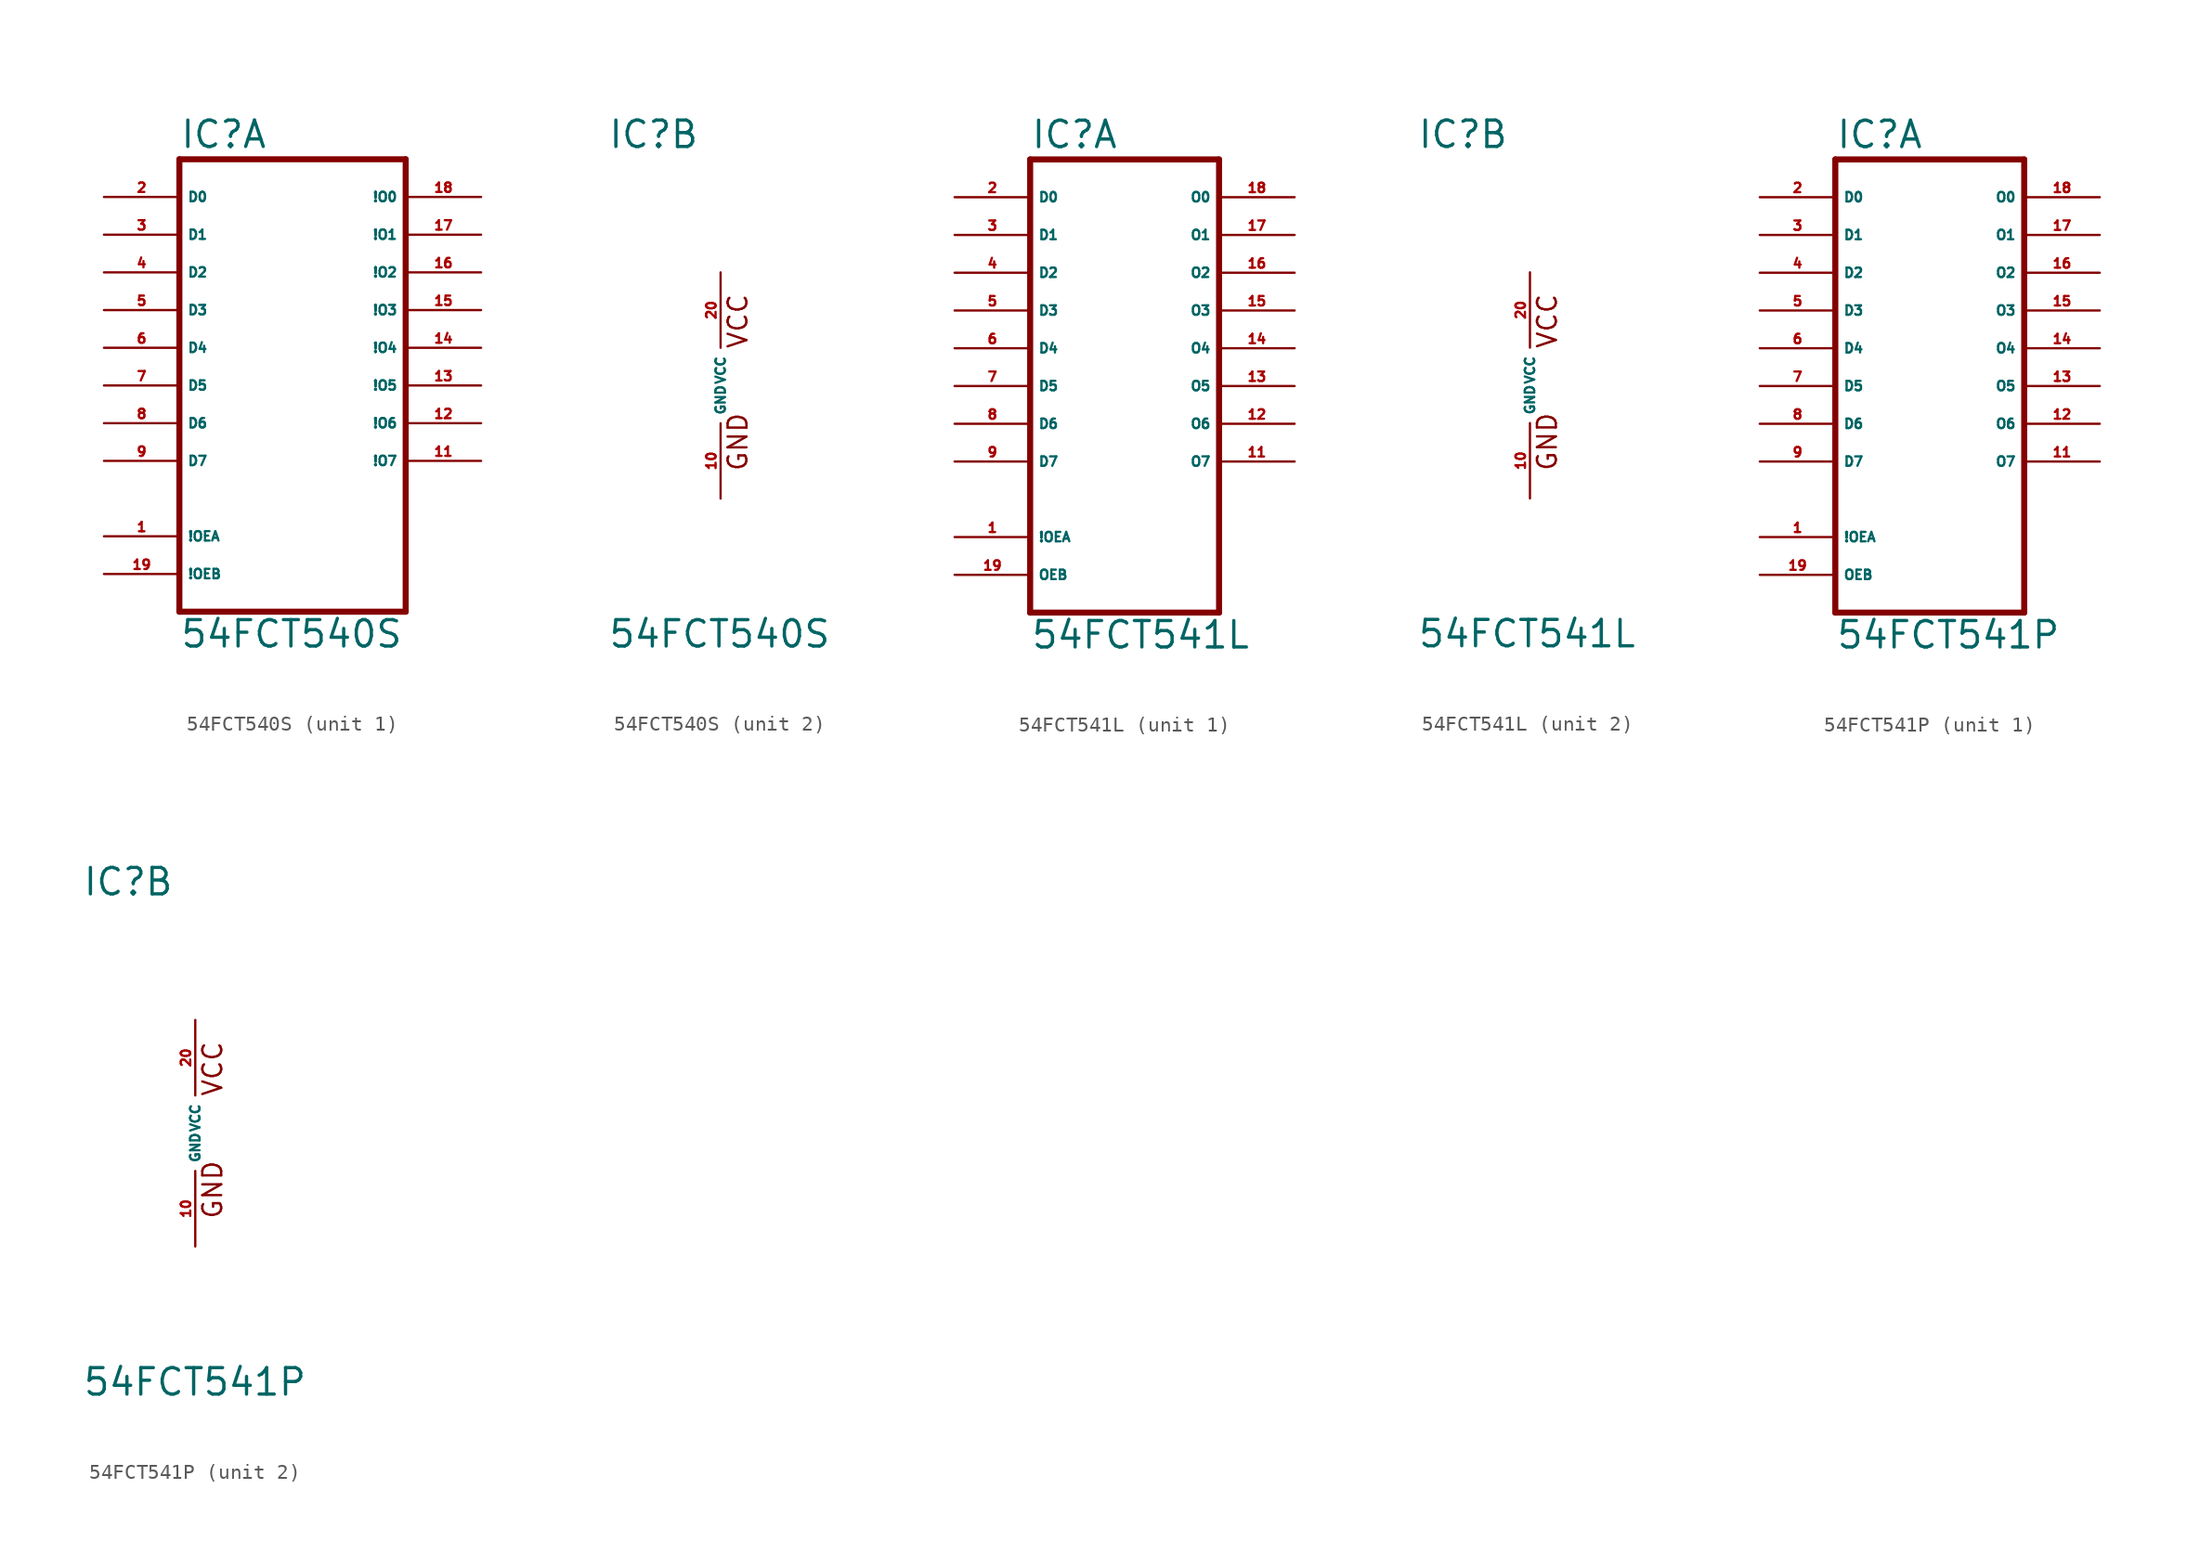
<source format=kicad_sym>
(kicad_symbol_lib
  (version 20220914)
  (generator Eagle2Kicad)
  (symbol "54FCT540S"
    (property "Reference" "IC"
      (at -7.62 15.875 0)
      (effects (font (size 1.778 1.778) (thickness 0.22)) (justify left bottom)))
    (property "Value" "54FCT540S"
      (at -7.62 -17.78 0)
      (effects (font (size 1.778 1.778) (thickness 0.22)) (justify left bottom)))
    (symbol "54FCT540S_1_0"
      (polyline (pts (xy -7.62 -15.24) (xy 7.62 -15.24)) (stroke (width 0.406) (type default)) (fill (type none)))
      (polyline (pts (xy 7.62 -15.24) (xy 7.62 15.24)) (stroke (width 0.406) (type default)) (fill (type none)))
      (polyline (pts (xy 7.62 15.24) (xy -7.62 15.24)) (stroke (width 0.406) (type default)) (fill (type none)))
      (polyline (pts (xy -7.62 15.24) (xy -7.62 -15.24)) (stroke (width 0.406) (type default)) (fill (type none)))
      (pin input line (at -12.7 12.7 0) (length 5.08) (name "D0" (effects (font (size 0.635 0.635) (thickness 0.08)) (justify left bottom))) (number "2" (effects (font (size 0.635 0.635) (thickness 0.08)) (justify left bottom))))
      (pin input line (at -12.7 10.16 0) (length 5.08) (name "D1" (effects (font (size 0.635 0.635) (thickness 0.08)) (justify left bottom))) (number "3" (effects (font (size 0.635 0.635) (thickness 0.08)) (justify left bottom))))
      (pin input line (at -12.7 7.62 0) (length 5.08) (name "D2" (effects (font (size 0.635 0.635) (thickness 0.08)) (justify left bottom))) (number "4" (effects (font (size 0.635 0.635) (thickness 0.08)) (justify left bottom))))
      (pin input line (at -12.7 5.08 0) (length 5.08) (name "D3" (effects (font (size 0.635 0.635) (thickness 0.08)) (justify left bottom))) (number "5" (effects (font (size 0.635 0.635) (thickness 0.08)) (justify left bottom))))
      (pin input line (at -12.7 2.54 0) (length 5.08) (name "D4" (effects (font (size 0.635 0.635) (thickness 0.08)) (justify left bottom))) (number "6" (effects (font (size 0.635 0.635) (thickness 0.08)) (justify left bottom))))
      (pin input line (at -12.7 0 0) (length 5.08) (name "D5" (effects (font (size 0.635 0.635) (thickness 0.08)) (justify left bottom))) (number "7" (effects (font (size 0.635 0.635) (thickness 0.08)) (justify left bottom))))
      (pin input line (at -12.7 -2.54 0) (length 5.08) (name "D6" (effects (font (size 0.635 0.635) (thickness 0.08)) (justify left bottom))) (number "8" (effects (font (size 0.635 0.635) (thickness 0.08)) (justify left bottom))))
      (pin input line (at -12.7 -5.08 0) (length 5.08) (name "D7" (effects (font (size 0.635 0.635) (thickness 0.08)) (justify left bottom))) (number "9" (effects (font (size 0.635 0.635) (thickness 0.08)) (justify left bottom))))
      (pin input line (at -12.7 -10.16 0) (length 5.08) (name "!OEA" (effects (font (size 0.635 0.635) (thickness 0.08)) (justify left bottom))) (number "1" (effects (font (size 0.635 0.635) (thickness 0.08)) (justify left bottom))))
      (pin input line (at -12.7 -12.7 0) (length 5.08) (name "!OEB" (effects (font (size 0.635 0.635) (thickness 0.08)) (justify left bottom))) (number "19" (effects (font (size 0.635 0.635) (thickness 0.08)) (justify left bottom))))
      (pin output line (at 12.7 12.7 180) (length 5.08) (name "!O0" (effects (font (size 0.635 0.635) (thickness 0.08)) (justify left bottom))) (number "18" (effects (font (size 0.635 0.635) (thickness 0.08)) (justify left bottom))))
      (pin output line (at 12.7 10.16 180) (length 5.08) (name "!O1" (effects (font (size 0.635 0.635) (thickness 0.08)) (justify left bottom))) (number "17" (effects (font (size 0.635 0.635) (thickness 0.08)) (justify left bottom))))
      (pin output line (at 12.7 7.62 180) (length 5.08) (name "!O2" (effects (font (size 0.635 0.635) (thickness 0.08)) (justify left bottom))) (number "16" (effects (font (size 0.635 0.635) (thickness 0.08)) (justify left bottom))))
      (pin output line (at 12.7 5.08 180) (length 5.08) (name "!O3" (effects (font (size 0.635 0.635) (thickness 0.08)) (justify left bottom))) (number "15" (effects (font (size 0.635 0.635) (thickness 0.08)) (justify left bottom))))
      (pin output line (at 12.7 2.54 180) (length 5.08) (name "!O4" (effects (font (size 0.635 0.635) (thickness 0.08)) (justify left bottom))) (number "14" (effects (font (size 0.635 0.635) (thickness 0.08)) (justify left bottom))))
      (pin output line (at 12.7 0 180) (length 5.08) (name "!O5" (effects (font (size 0.635 0.635) (thickness 0.08)) (justify left bottom))) (number "13" (effects (font (size 0.635 0.635) (thickness 0.08)) (justify left bottom))))
      (pin output line (at 12.7 -2.54 180) (length 5.08) (name "!O6" (effects (font (size 0.635 0.635) (thickness 0.08)) (justify left bottom))) (number "12" (effects (font (size 0.635 0.635) (thickness 0.08)) (justify left bottom))))
      (pin output line (at 12.7 -5.08 180) (length 5.08) (name "!O7" (effects (font (size 0.635 0.635) (thickness 0.08)) (justify left bottom))) (number "11" (effects (font (size 0.635 0.635) (thickness 0.08)) (justify left bottom)))))
    (symbol "54FCT540S_2_0"
      (text "GND" (at 1.905 -5.842 900) (effects (font (size 1.27 1.27) (thickness 0.16)) (justify left bottom)))
      (text "VCC" (at 1.905 2.413 900) (effects (font (size 1.27 1.27) (thickness 0.16)) (justify left bottom)))
      (pin unspecified line (at 0 7.62 270) (length 5.08) (name "VCC" (effects (font (size 0.635 0.635) (thickness 0.08)) (justify left bottom))) (number "20" (effects (font (size 0.635 0.635) (thickness 0.08)) (justify left bottom))))
      (pin unspecified line (at 0 -7.62 90) (length 5.08) (name "GND" (effects (font (size 0.635 0.635) (thickness 0.08)) (justify left bottom))) (number "10" (effects (font (size 0.635 0.635) (thickness 0.08)) (justify left bottom))))))
  (symbol "54FCT541L"
    (property "Reference" "IC"
      (at -7.62 15.875 0)
      (effects (font (size 1.778 1.778) (thickness 0.22)) (justify left bottom)))
    (property "Value" "54FCT541L"
      (at -7.62 -17.78 0)
      (effects (font (size 1.778 1.778) (thickness 0.22)) (justify left bottom)))
    (symbol "54FCT541L_1_0"
      (polyline (pts (xy -7.62 -15.24) (xy 5.08 -15.24)) (stroke (width 0.406) (type default)) (fill (type none)))
      (polyline (pts (xy 5.08 -15.24) (xy 5.08 15.24)) (stroke (width 0.406) (type default)) (fill (type none)))
      (polyline (pts (xy 5.08 15.24) (xy -7.62 15.24)) (stroke (width 0.406) (type default)) (fill (type none)))
      (polyline (pts (xy -7.62 15.24) (xy -7.62 -15.24)) (stroke (width 0.406) (type default)) (fill (type none)))
      (pin input line (at -12.7 12.7 0) (length 5.08) (name "D0" (effects (font (size 0.635 0.635) (thickness 0.08)) (justify left bottom))) (number "2" (effects (font (size 0.635 0.635) (thickness 0.08)) (justify left bottom))))
      (pin input line (at -12.7 10.16 0) (length 5.08) (name "D1" (effects (font (size 0.635 0.635) (thickness 0.08)) (justify left bottom))) (number "3" (effects (font (size 0.635 0.635) (thickness 0.08)) (justify left bottom))))
      (pin input line (at -12.7 7.62 0) (length 5.08) (name "D2" (effects (font (size 0.635 0.635) (thickness 0.08)) (justify left bottom))) (number "4" (effects (font (size 0.635 0.635) (thickness 0.08)) (justify left bottom))))
      (pin input line (at -12.7 5.08 0) (length 5.08) (name "D3" (effects (font (size 0.635 0.635) (thickness 0.08)) (justify left bottom))) (number "5" (effects (font (size 0.635 0.635) (thickness 0.08)) (justify left bottom))))
      (pin input line (at -12.7 2.54 0) (length 5.08) (name "D4" (effects (font (size 0.635 0.635) (thickness 0.08)) (justify left bottom))) (number "6" (effects (font (size 0.635 0.635) (thickness 0.08)) (justify left bottom))))
      (pin input line (at -12.7 0 0) (length 5.08) (name "D5" (effects (font (size 0.635 0.635) (thickness 0.08)) (justify left bottom))) (number "7" (effects (font (size 0.635 0.635) (thickness 0.08)) (justify left bottom))))
      (pin input line (at -12.7 -2.54 0) (length 5.08) (name "D6" (effects (font (size 0.635 0.635) (thickness 0.08)) (justify left bottom))) (number "8" (effects (font (size 0.635 0.635) (thickness 0.08)) (justify left bottom))))
      (pin input line (at -12.7 -5.08 0) (length 5.08) (name "D7" (effects (font (size 0.635 0.635) (thickness 0.08)) (justify left bottom))) (number "9" (effects (font (size 0.635 0.635) (thickness 0.08)) (justify left bottom))))
      (pin input line (at -12.7 -10.16 0) (length 5.08) (name "!OEA" (effects (font (size 0.635 0.635) (thickness 0.08)) (justify left bottom))) (number "1" (effects (font (size 0.635 0.635) (thickness 0.08)) (justify left bottom))))
      (pin input line (at -12.7 -12.7 0) (length 5.08) (name "OEB" (effects (font (size 0.635 0.635) (thickness 0.08)) (justify left bottom))) (number "19" (effects (font (size 0.635 0.635) (thickness 0.08)) (justify left bottom))))
      (pin output line (at 10.16 12.7 180) (length 5.08) (name "O0" (effects (font (size 0.635 0.635) (thickness 0.08)) (justify left bottom))) (number "18" (effects (font (size 0.635 0.635) (thickness 0.08)) (justify left bottom))))
      (pin output line (at 10.16 10.16 180) (length 5.08) (name "O1" (effects (font (size 0.635 0.635) (thickness 0.08)) (justify left bottom))) (number "17" (effects (font (size 0.635 0.635) (thickness 0.08)) (justify left bottom))))
      (pin output line (at 10.16 7.62 180) (length 5.08) (name "O2" (effects (font (size 0.635 0.635) (thickness 0.08)) (justify left bottom))) (number "16" (effects (font (size 0.635 0.635) (thickness 0.08)) (justify left bottom))))
      (pin output line (at 10.16 5.08 180) (length 5.08) (name "O3" (effects (font (size 0.635 0.635) (thickness 0.08)) (justify left bottom))) (number "15" (effects (font (size 0.635 0.635) (thickness 0.08)) (justify left bottom))))
      (pin output line (at 10.16 2.54 180) (length 5.08) (name "O4" (effects (font (size 0.635 0.635) (thickness 0.08)) (justify left bottom))) (number "14" (effects (font (size 0.635 0.635) (thickness 0.08)) (justify left bottom))))
      (pin output line (at 10.16 0 180) (length 5.08) (name "O5" (effects (font (size 0.635 0.635) (thickness 0.08)) (justify left bottom))) (number "13" (effects (font (size 0.635 0.635) (thickness 0.08)) (justify left bottom))))
      (pin output line (at 10.16 -2.54 180) (length 5.08) (name "O6" (effects (font (size 0.635 0.635) (thickness 0.08)) (justify left bottom))) (number "12" (effects (font (size 0.635 0.635) (thickness 0.08)) (justify left bottom))))
      (pin output line (at 10.16 -5.08 180) (length 5.08) (name "O7" (effects (font (size 0.635 0.635) (thickness 0.08)) (justify left bottom))) (number "11" (effects (font (size 0.635 0.635) (thickness 0.08)) (justify left bottom)))))
    (symbol "54FCT541L_2_0"
      (text "GND" (at 1.905 -5.842 900) (effects (font (size 1.27 1.27) (thickness 0.16)) (justify left bottom)))
      (text "VCC" (at 1.905 2.413 900) (effects (font (size 1.27 1.27) (thickness 0.16)) (justify left bottom)))
      (pin unspecified line (at 0 7.62 270) (length 5.08) (name "VCC" (effects (font (size 0.635 0.635) (thickness 0.08)) (justify left bottom))) (number "20" (effects (font (size 0.635 0.635) (thickness 0.08)) (justify left bottom))))
      (pin unspecified line (at 0 -7.62 90) (length 5.08) (name "GND" (effects (font (size 0.635 0.635) (thickness 0.08)) (justify left bottom))) (number "10" (effects (font (size 0.635 0.635) (thickness 0.08)) (justify left bottom))))))
  (symbol "54FCT541P"
    (property "Reference" "IC"
      (at -7.62 15.875 0)
      (effects (font (size 1.778 1.778) (thickness 0.22)) (justify left bottom)))
    (property "Value" "54FCT541P"
      (at -7.62 -17.78 0)
      (effects (font (size 1.778 1.778) (thickness 0.22)) (justify left bottom)))
    (symbol "54FCT541P_1_0"
      (polyline (pts (xy -7.62 -15.24) (xy 5.08 -15.24)) (stroke (width 0.406) (type default)) (fill (type none)))
      (polyline (pts (xy 5.08 -15.24) (xy 5.08 15.24)) (stroke (width 0.406) (type default)) (fill (type none)))
      (polyline (pts (xy 5.08 15.24) (xy -7.62 15.24)) (stroke (width 0.406) (type default)) (fill (type none)))
      (polyline (pts (xy -7.62 15.24) (xy -7.62 -15.24)) (stroke (width 0.406) (type default)) (fill (type none)))
      (pin input line (at -12.7 12.7 0) (length 5.08) (name "D0" (effects (font (size 0.635 0.635) (thickness 0.08)) (justify left bottom))) (number "2" (effects (font (size 0.635 0.635) (thickness 0.08)) (justify left bottom))))
      (pin input line (at -12.7 10.16 0) (length 5.08) (name "D1" (effects (font (size 0.635 0.635) (thickness 0.08)) (justify left bottom))) (number "3" (effects (font (size 0.635 0.635) (thickness 0.08)) (justify left bottom))))
      (pin input line (at -12.7 7.62 0) (length 5.08) (name "D2" (effects (font (size 0.635 0.635) (thickness 0.08)) (justify left bottom))) (number "4" (effects (font (size 0.635 0.635) (thickness 0.08)) (justify left bottom))))
      (pin input line (at -12.7 5.08 0) (length 5.08) (name "D3" (effects (font (size 0.635 0.635) (thickness 0.08)) (justify left bottom))) (number "5" (effects (font (size 0.635 0.635) (thickness 0.08)) (justify left bottom))))
      (pin input line (at -12.7 2.54 0) (length 5.08) (name "D4" (effects (font (size 0.635 0.635) (thickness 0.08)) (justify left bottom))) (number "6" (effects (font (size 0.635 0.635) (thickness 0.08)) (justify left bottom))))
      (pin input line (at -12.7 0 0) (length 5.08) (name "D5" (effects (font (size 0.635 0.635) (thickness 0.08)) (justify left bottom))) (number "7" (effects (font (size 0.635 0.635) (thickness 0.08)) (justify left bottom))))
      (pin input line (at -12.7 -2.54 0) (length 5.08) (name "D6" (effects (font (size 0.635 0.635) (thickness 0.08)) (justify left bottom))) (number "8" (effects (font (size 0.635 0.635) (thickness 0.08)) (justify left bottom))))
      (pin input line (at -12.7 -5.08 0) (length 5.08) (name "D7" (effects (font (size 0.635 0.635) (thickness 0.08)) (justify left bottom))) (number "9" (effects (font (size 0.635 0.635) (thickness 0.08)) (justify left bottom))))
      (pin input line (at -12.7 -10.16 0) (length 5.08) (name "!OEA" (effects (font (size 0.635 0.635) (thickness 0.08)) (justify left bottom))) (number "1" (effects (font (size 0.635 0.635) (thickness 0.08)) (justify left bottom))))
      (pin input line (at -12.7 -12.7 0) (length 5.08) (name "OEB" (effects (font (size 0.635 0.635) (thickness 0.08)) (justify left bottom))) (number "19" (effects (font (size 0.635 0.635) (thickness 0.08)) (justify left bottom))))
      (pin output line (at 10.16 12.7 180) (length 5.08) (name "O0" (effects (font (size 0.635 0.635) (thickness 0.08)) (justify left bottom))) (number "18" (effects (font (size 0.635 0.635) (thickness 0.08)) (justify left bottom))))
      (pin output line (at 10.16 10.16 180) (length 5.08) (name "O1" (effects (font (size 0.635 0.635) (thickness 0.08)) (justify left bottom))) (number "17" (effects (font (size 0.635 0.635) (thickness 0.08)) (justify left bottom))))
      (pin output line (at 10.16 7.62 180) (length 5.08) (name "O2" (effects (font (size 0.635 0.635) (thickness 0.08)) (justify left bottom))) (number "16" (effects (font (size 0.635 0.635) (thickness 0.08)) (justify left bottom))))
      (pin output line (at 10.16 5.08 180) (length 5.08) (name "O3" (effects (font (size 0.635 0.635) (thickness 0.08)) (justify left bottom))) (number "15" (effects (font (size 0.635 0.635) (thickness 0.08)) (justify left bottom))))
      (pin output line (at 10.16 2.54 180) (length 5.08) (name "O4" (effects (font (size 0.635 0.635) (thickness 0.08)) (justify left bottom))) (number "14" (effects (font (size 0.635 0.635) (thickness 0.08)) (justify left bottom))))
      (pin output line (at 10.16 0 180) (length 5.08) (name "O5" (effects (font (size 0.635 0.635) (thickness 0.08)) (justify left bottom))) (number "13" (effects (font (size 0.635 0.635) (thickness 0.08)) (justify left bottom))))
      (pin output line (at 10.16 -2.54 180) (length 5.08) (name "O6" (effects (font (size 0.635 0.635) (thickness 0.08)) (justify left bottom))) (number "12" (effects (font (size 0.635 0.635) (thickness 0.08)) (justify left bottom))))
      (pin output line (at 10.16 -5.08 180) (length 5.08) (name "O7" (effects (font (size 0.635 0.635) (thickness 0.08)) (justify left bottom))) (number "11" (effects (font (size 0.635 0.635) (thickness 0.08)) (justify left bottom)))))
    (symbol "54FCT541P_2_0"
      (text "GND" (at 1.905 -5.842 900) (effects (font (size 1.27 1.27) (thickness 0.16)) (justify left bottom)))
      (text "VCC" (at 1.905 2.413 900) (effects (font (size 1.27 1.27) (thickness 0.16)) (justify left bottom)))
      (pin unspecified line (at 0 7.62 270) (length 5.08) (name "VCC" (effects (font (size 0.635 0.635) (thickness 0.08)) (justify left bottom))) (number "20" (effects (font (size 0.635 0.635) (thickness 0.08)) (justify left bottom))))
      (pin unspecified line (at 0 -7.62 90) (length 5.08) (name "GND" (effects (font (size 0.635 0.635) (thickness 0.08)) (justify left bottom))) (number "10" (effects (font (size 0.635 0.635) (thickness 0.08)) (justify left bottom)))))))
</source>
